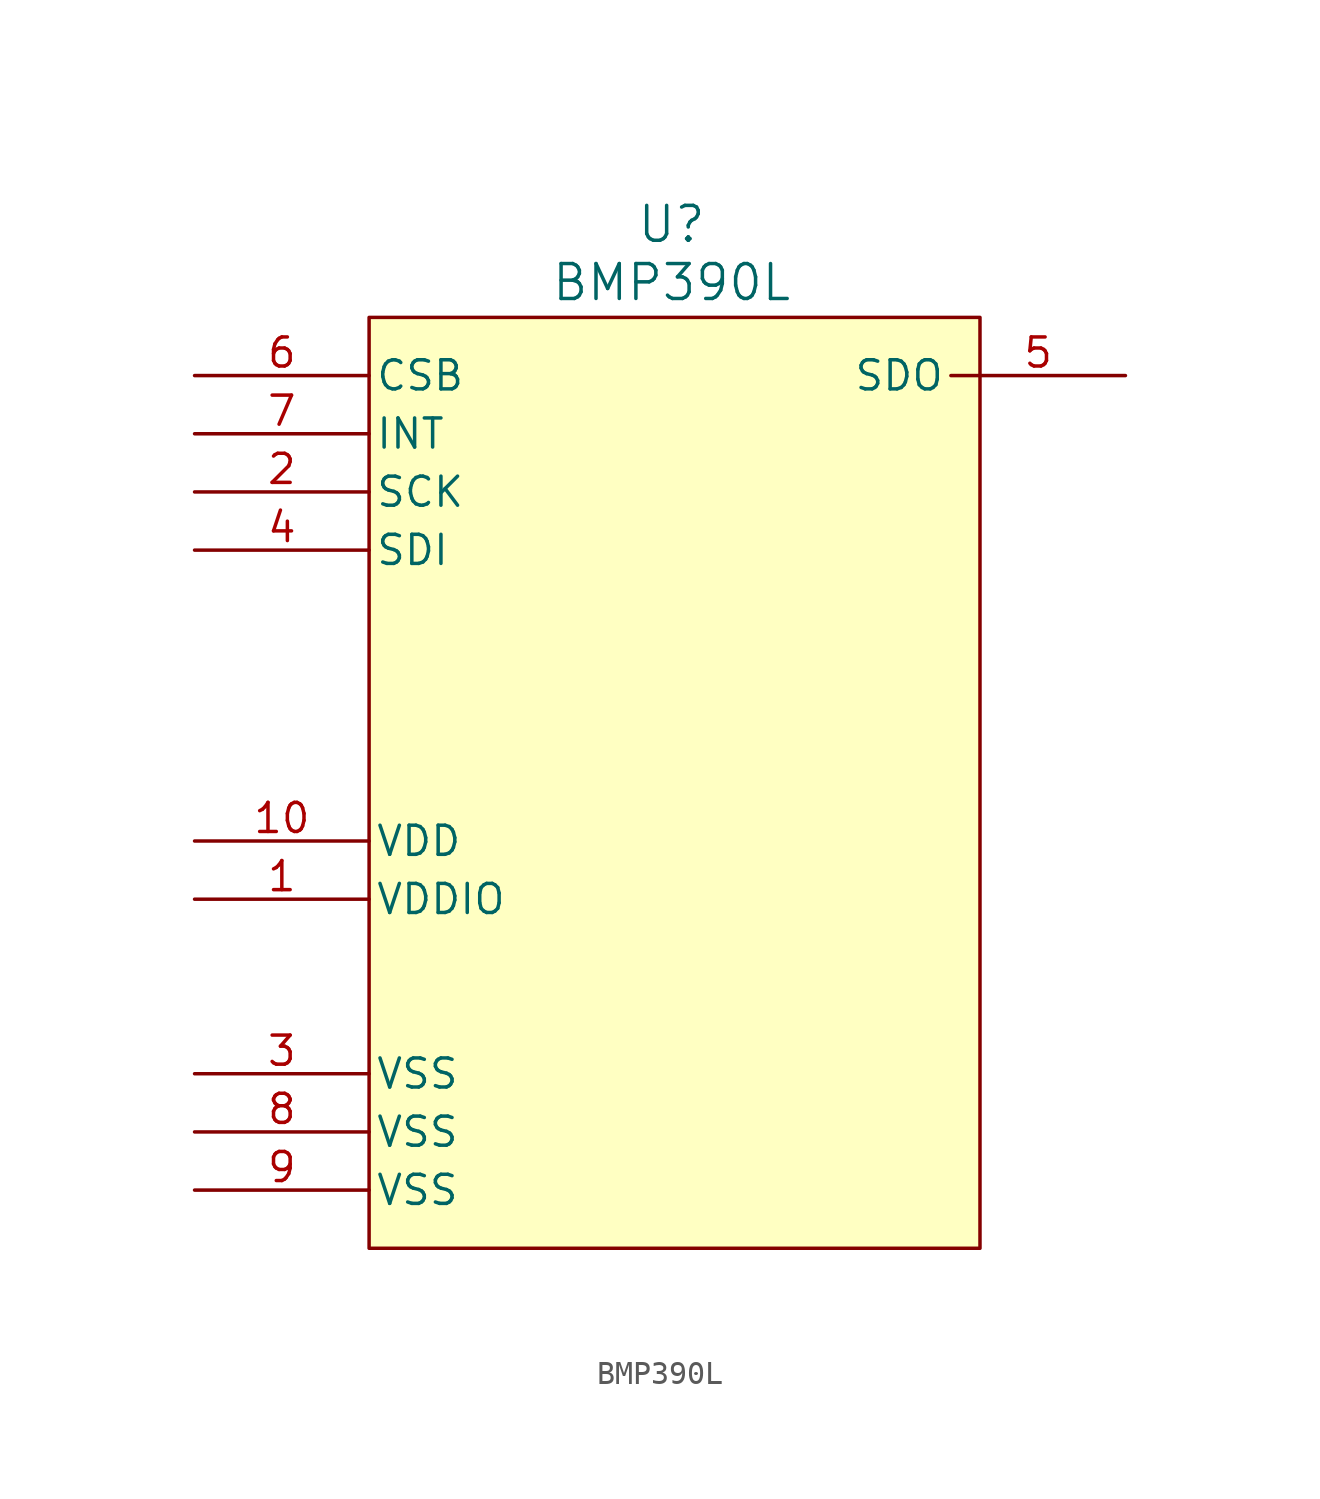
<source format=kicad_sym>
(kicad_symbol_lib
  (version 20241209)
  (generator "kicad_symbol_editor")
  (generator_version "9.0")
  (symbol "BMP390L"
    (pin_names
      (offset 0.254))
    (property "Reference" "U"
      (at -0.762 24.384 0)
      (effects (font (size 1.524 1.524))))
    (property "Value" "BMP390L"
      (at -0.762 21.844 0)
      (effects (font (size 1.524 1.524))))
    (property "ki_locked" ""
      (at 0 0 0)
      (effects (font (size 1.27 1.27))))
    (symbol "BMP390L_0_1"
      (rectangle (start -13.97 20.32) (end 12.7 -20.32) (stroke (width 0) (type default)) (fill (type background)))
      (pin input line (at -21.59 17.78 0) (length 7.62) (name "CSB" (effects (font (size 1.27 1.27)))) (number "6" (effects (font (size 1.27 1.27)))))
      (pin output line (at -21.59 15.24 0) (length 7.62) (name "INT" (effects (font (size 1.27 1.27)))) (number "7" (effects (font (size 1.27 1.27)))))
      (pin input line (at -21.59 12.7 0) (length 7.62) (name "SCK" (effects (font (size 1.27 1.27)))) (number "2" (effects (font (size 1.27 1.27)))))
      (pin input line (at -21.59 10.16 0) (length 7.62) (name "SDI" (effects (font (size 1.27 1.27)))) (number "4" (effects (font (size 1.27 1.27)))))
      (pin power_in line (at -21.59 -2.54 0) (length 7.62) (name "VDD" (effects (font (size 1.27 1.27)))) (number "10" (effects (font (size 1.27 1.27)))))
      (pin power_in line (at -21.59 -5.08 0) (length 7.62) (name "VDDIO" (effects (font (size 1.27 1.27)))) (number "1" (effects (font (size 1.27 1.27)))))
      (pin output line (at 19.05 17.78 180) (length 7.62) (name "SDO" (effects (font (size 1.27 1.27)))) (number "5" (effects (font (size 1.27 1.27))))))
    (symbol "BMP390L_1_1"
      (pin power_in line (at -21.59 -12.7 0) (length 7.62) (name "VSS" (effects (font (size 1.27 1.27)))) (number "3" (effects (font (size 1.27 1.27)))))
      (pin power_in line (at -21.59 -15.24 0) (length 7.62) (name "VSS" (effects (font (size 1.27 1.27)))) (number "8" (effects (font (size 1.27 1.27)))))
      (pin power_in line (at -21.59 -17.78 0) (length 7.62) (name "VSS" (effects (font (size 1.27 1.27)))) (number "9" (effects (font (size 1.27 1.27))))))))
</source>
